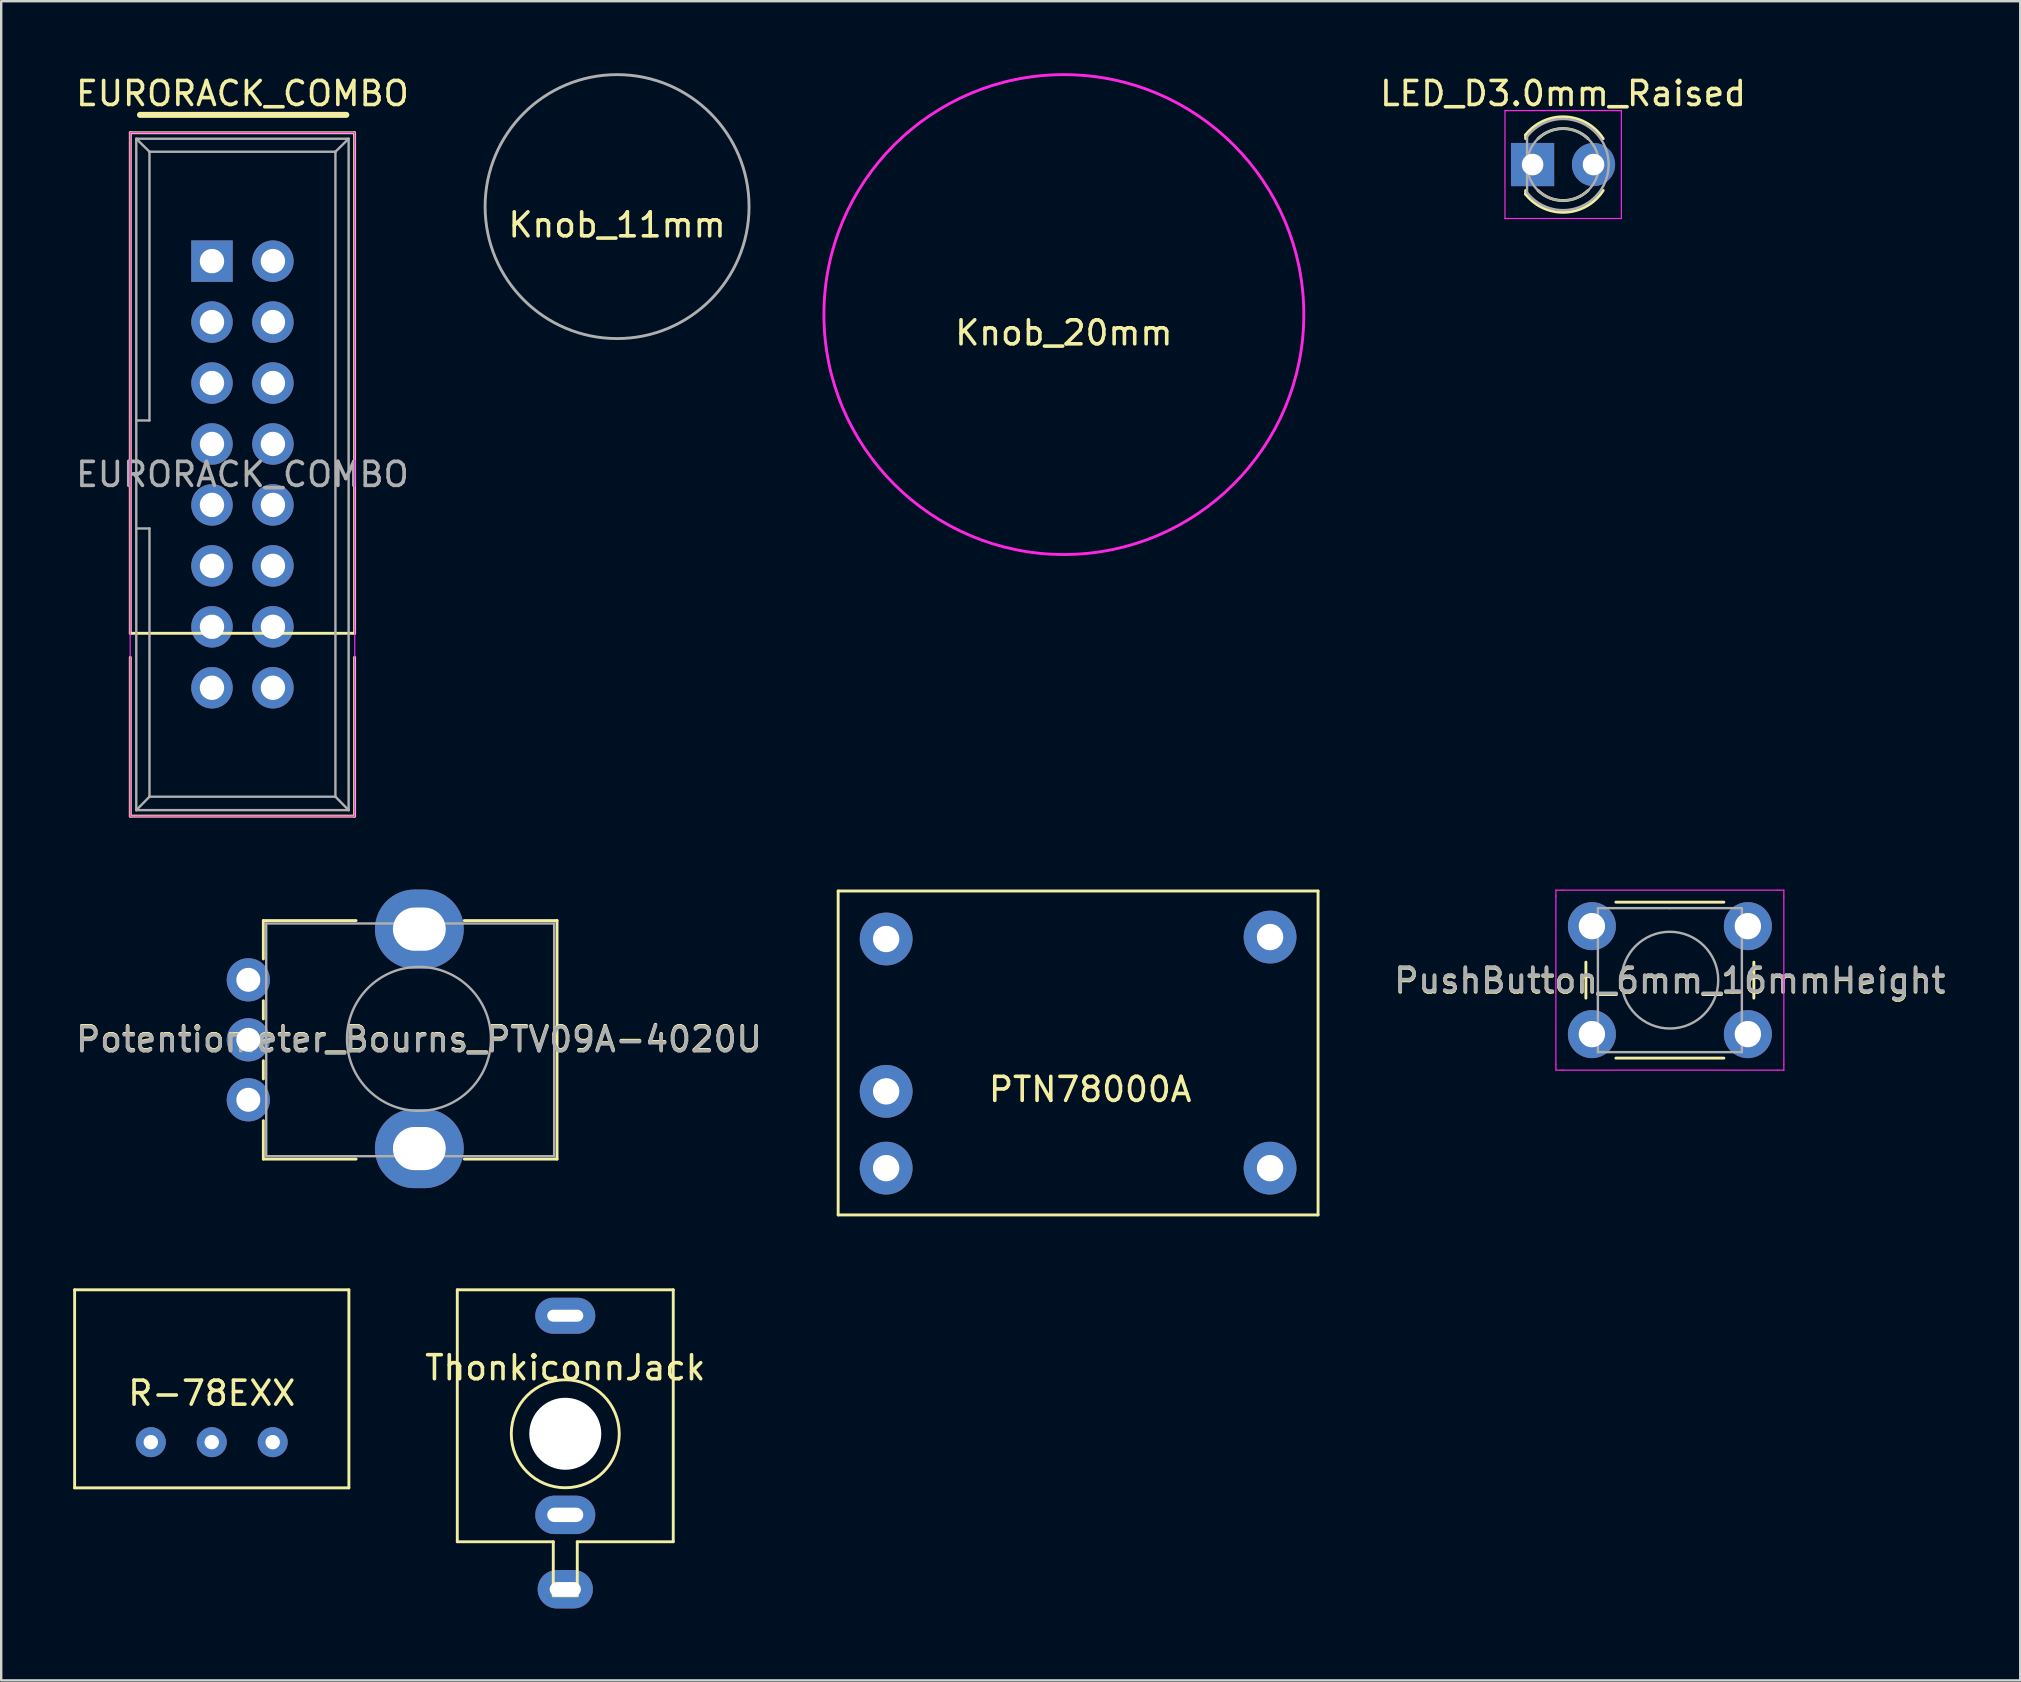
<source format=kicad_pcb>
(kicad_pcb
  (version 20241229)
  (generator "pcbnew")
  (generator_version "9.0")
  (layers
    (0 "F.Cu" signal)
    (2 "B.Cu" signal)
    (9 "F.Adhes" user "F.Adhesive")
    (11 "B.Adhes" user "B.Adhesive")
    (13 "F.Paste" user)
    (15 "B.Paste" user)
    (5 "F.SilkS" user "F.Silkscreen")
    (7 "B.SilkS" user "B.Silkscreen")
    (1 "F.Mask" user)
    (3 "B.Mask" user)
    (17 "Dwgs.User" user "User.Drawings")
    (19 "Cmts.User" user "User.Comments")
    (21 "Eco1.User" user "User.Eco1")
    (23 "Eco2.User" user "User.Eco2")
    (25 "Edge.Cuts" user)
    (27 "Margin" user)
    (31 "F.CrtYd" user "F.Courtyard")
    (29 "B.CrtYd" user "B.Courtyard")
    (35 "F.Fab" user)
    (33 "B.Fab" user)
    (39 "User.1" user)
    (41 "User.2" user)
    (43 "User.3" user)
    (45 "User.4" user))
  (footprint "Knob_20mm"
    (layer "F.Cu")
    (at 41.287 10.06)
    (property "Reference" "Knob_20mm" (at 0 0.762 0) (layer "F.SilkS") (effects (font (size 1 1) (thickness 0.15))))
    (attr through_hole)
    (fp_circle (center 0 0) (end 10 0) (stroke (width 0.12) (type solid)) (fill no) (layer "F.CrtYd")))
  (footprint "LED_D3.0mm_Raised"
    (layer "F.Cu")
    (at 60.821 3.808)
    (property "Reference" "LED_D3.0mm_Raised" (at 1.27 -2.96 0) (layer "F.SilkS") (effects (font (size 1 1) (thickness 0.15))))
    (attr through_hole)
    (fp_line (start -0.29 -1.236) (end -0.29 -1.08) (stroke (width 0.12) (type solid)) (layer "F.SilkS"))
    (fp_line (start -0.29 1.08) (end -0.29 1.236) (stroke (width 0.12) (type solid)) (layer "F.SilkS"))
    (fp_arc (start -0.29 -1.235516) (mid 1.366487 -1.987659) (end 2.942335 -1.078608) (stroke (width 0.12) (type solid)) (layer "F.SilkS"))
    (fp_arc (start 0.229039 -1.08) (mid 1.270117 -1.5) (end 2.31113 -1.079837) (stroke (width 0.12) (type solid)) (layer "F.SilkS"))
    (fp_arc (start 2.31113 1.079837) (mid 1.270117 1.5) (end 0.229039 1.08) (stroke (width 0.12) (type solid)) (layer "F.SilkS"))
    (fp_arc (start 2.942335 1.078608) (mid 1.366487 1.987659) (end -0.29 1.235516) (stroke (width 0.12) (type solid)) (layer "F.SilkS"))
    (fp_line (start -1.15 -2.25) (end -1.15 2.25) (stroke (width 0.05) (type solid)) (layer "F.CrtYd"))
    (fp_line (start -1.15 2.25) (end 3.7 2.25) (stroke (width 0.05) (type solid)) (layer "F.CrtYd"))
    (fp_line (start 3.7 -2.25) (end -1.15 -2.25) (stroke (width 0.05) (type solid)) (layer "F.CrtYd"))
    (fp_line (start 3.7 2.25) (end 3.7 -2.25) (stroke (width 0.05) (type solid)) (layer "F.CrtYd"))
    (fp_line (start -0.23 -1.166) (end -0.23 1.166) (stroke (width 0.1) (type solid)) (layer "F.Fab"))
    (fp_arc (start -0.23 -1.16619) (mid 3.17 0.000452) (end -0.230555 1.165476) (stroke (width 0.1) (type solid)) (layer "F.Fab"))
    (fp_circle (center 1.27 0) (end 2.77 0) (stroke (width 0.1) (type solid)) (fill no) (layer "F.Fab"))
    (pad "1" thru_hole rect (at 0 0) (size 1.8 1.8) (drill 0.9) (layers "*.Cu" "*.Mask"))
    (pad "2" thru_hole circle (at 2.54 0) (size 1.8 1.8) (drill 0.9) (layers "*.Cu" "*.Mask")))
  (footprint "ThonkiconnJack"
    (layer "F.Cu")
    (at 20.508 56.703)
    (property "Reference" "ThonkiconnJack" (at 0 -2.75 0) (layer "F.SilkS") (effects (font (size 1 1) (thickness 0.15))))
    (attr through_hole)
    (fp_line (start -4.5 -6) (end 4.5 -6) (stroke (width 0.12) (type solid)) (layer "F.SilkS"))
    (fp_line (start -4.5 4.5) (end -4.5 -6) (stroke (width 0.12) (type solid)) (layer "F.SilkS"))
    (fp_line (start -0.5 4.5) (end -4.5 4.5) (stroke (width 0.12) (type solid)) (layer "F.SilkS"))
    (fp_line (start -0.5 4.5) (end -0.5 6.75) (stroke (width 0.12) (type solid)) (layer "F.SilkS"))
    (fp_line (start -0.5 6.75) (end 0.5 6.75) (stroke (width 0.12) (type solid)) (layer "F.SilkS"))
    (fp_line (start 0.5 4.5) (end 4.5 4.5) (stroke (width 0.12) (type solid)) (layer "F.SilkS"))
    (fp_line (start 0.5 6.75) (end 0.5 4.5) (stroke (width 0.12) (type solid)) (layer "F.SilkS"))
    (fp_line (start 4.5 -6) (end 4.5 4.5) (stroke (width 0.12) (type solid)) (layer "F.SilkS"))
    (fp_circle (center 0 0) (end 2.25 0) (stroke (width 0.12) (type solid)) (fill no) (layer "F.SilkS"))
    (pad "" np_thru_hole circle (at 0 0) (size 3 3) (drill 3) (layers "*.Cu" "*.Mask"))
    (pad "1" thru_hole oval (at 0 6.48) (size 2.3 1.6) (drill oval 1.3 0.6) (layers "*.Cu" "*.Mask"))
    (pad "2" thru_hole oval (at 0 3.38) (size 2.5 1.6) (drill oval 1.5 0.6) (layers "*.Cu" "*.Mask"))
    (pad "3" thru_hole oval (at 0 -4.92) (size 2.5 1.5) (drill oval 1.5 0.5) (layers "*.Cu" "*.Mask")))
  (footprint "PushButton_6mm_16mmHeight"
    (layer "F.Cu")
    (at 63.293 35.548)
    (property "Reference" "PushButton_6mm_16mmHeight" (at 3.25 2.286 0) (layer "F.SilkS") (effects (font (size 1 1) (thickness 0.15))))
    (attr through_hole)
    (fp_line (start -0.25 1.5) (end -0.25 3) (stroke (width 0.12) (type solid)) (layer "F.SilkS"))
    (fp_line (start 1 5.5) (end 5.5 5.5) (stroke (width 0.12) (type solid)) (layer "F.SilkS"))
    (fp_line (start 5.5 -1) (end 1 -1) (stroke (width 0.12) (type solid)) (layer "F.SilkS"))
    (fp_line (start 6.75 3) (end 6.75 1.5) (stroke (width 0.12) (type solid)) (layer "F.SilkS"))
    (fp_line (start -1.5 -1.5) (end -1.25 -1.5) (stroke (width 0.05) (type solid)) (layer "F.CrtYd"))
    (fp_line (start -1.5 -1.25) (end -1.5 -1.5) (stroke (width 0.05) (type solid)) (layer "F.CrtYd"))
    (fp_line (start -1.5 5.75) (end -1.5 -1.25) (stroke (width 0.05) (type solid)) (layer "F.CrtYd"))
    (fp_line (start -1.5 5.75) (end -1.5 6) (stroke (width 0.05) (type solid)) (layer "F.CrtYd"))
    (fp_line (start -1.5 6) (end -1.25 6) (stroke (width 0.05) (type solid)) (layer "F.CrtYd"))
    (fp_line (start -1.25 -1.5) (end 7.75 -1.5) (stroke (width 0.05) (type solid)) (layer "F.CrtYd"))
    (fp_line (start 7.75 -1.5) (end 8 -1.5) (stroke (width 0.05) (type solid)) (layer "F.CrtYd"))
    (fp_line (start 7.75 6) (end -1.25 6) (stroke (width 0.05) (type solid)) (layer "F.CrtYd"))
    (fp_line (start 7.75 6) (end 8 6) (stroke (width 0.05) (type solid)) (layer "F.CrtYd"))
    (fp_line (start 8 -1.5) (end 8 -1.25) (stroke (width 0.05) (type solid)) (layer "F.CrtYd"))
    (fp_line (start 8 -1.25) (end 8 5.75) (stroke (width 0.05) (type solid)) (layer "F.CrtYd"))
    (fp_line (start 8 6) (end 8 5.75) (stroke (width 0.05) (type solid)) (layer "F.CrtYd"))
    (fp_line (start 0.25 -0.75) (end 3.25 -0.75) (stroke (width 0.1) (type solid)) (layer "F.Fab"))
    (fp_line (start 0.25 5.25) (end 0.25 -0.75) (stroke (width 0.1) (type solid)) (layer "F.Fab"))
    (fp_line (start 3.25 -0.75) (end 6.25 -0.75) (stroke (width 0.1) (type solid)) (layer "F.Fab"))
    (fp_line (start 6.25 -0.75) (end 6.25 5.25) (stroke (width 0.1) (type solid)) (layer "F.Fab"))
    (fp_line (start 6.25 5.25) (end 0.25 5.25) (stroke (width 0.1) (type solid)) (layer "F.Fab"))
    (fp_circle (center 3.25 2.25) (end 1.25 2.5) (stroke (width 0.1) (type solid)) (fill no) (layer "F.Fab"))
    (fp_text user "${REFERENCE}" (at 3.25 2.25 0) (layer "F.Fab") (effects (font (size 1 1) (thickness 0.15))))
    (pad "1" thru_hole circle (at 0 0 90) (size 2 2) (drill 1.1) (layers "*.Cu" "*.Mask"))
    (pad "1" thru_hole circle (at 6.5 0 90) (size 2 2) (drill 1.1) (layers "*.Cu" "*.Mask"))
    (pad "2" thru_hole circle (at 0 4.5 90) (size 2 2) (drill 1.1) (layers "*.Cu" "*.Mask"))
    (pad "2" thru_hole circle (at 6.5 4.5 90) (size 2 2) (drill 1.1) (layers "*.Cu" "*.Mask")))
  (footprint "Knob_11mm"
    (layer "F.Cu")
    (at 22.667 5.56)
    (property "Reference" "Knob_11mm" (at 0 0.762 0) (layer "F.SilkS") (effects (font (size 1 1) (thickness 0.15))))
    (attr through_hole)
    (fp_circle (center 0 0) (end 5.5 0) (stroke (width 0.12) (type solid)) (fill no) (layer "F.Fab")))
  (footprint "Potentiometer_Bourns_PTV09A-4020U"
    (layer "F.Cu")
    (at 14.411 40.245)
    (property "Reference" "Potentiometer_Bourns_PTV09A-4020U" (at 0 0 0) (layer "F.SilkS") (effects (font (size 1 1) (thickness 0.15))))
    (attr through_hole)
    (fp_line (start -6.486 -4.93) (end -6.486 -3.331) (stroke (width 0.12) (type solid)) (layer "F.SilkS"))
    (fp_line (start -6.486 -4.93) (end -2.621 -4.93) (stroke (width 0.12) (type solid)) (layer "F.SilkS"))
    (fp_line (start -6.486 -1.589) (end -6.486 -0.83) (stroke (width 0.12) (type solid)) (layer "F.SilkS"))
    (fp_line (start -6.486 0.911) (end -6.486 1.67) (stroke (width 0.12) (type solid)) (layer "F.SilkS"))
    (fp_line (start -6.486 3.41) (end -6.486 5.01) (stroke (width 0.12) (type solid)) (layer "F.SilkS"))
    (fp_line (start -6.486 5.01) (end -2.621 5.01) (stroke (width 0.12) (type solid)) (layer "F.SilkS"))
    (fp_line (start 1.889 -4.93) (end 5.754 -4.93) (stroke (width 0.12) (type solid)) (layer "F.SilkS"))
    (fp_line (start 1.889 5.01) (end 5.754 5.01) (stroke (width 0.12) (type solid)) (layer "F.SilkS"))
    (fp_line (start 5.754 -4.93) (end 5.754 5.01) (stroke (width 0.12) (type solid)) (layer "F.SilkS"))
    (fp_line (start -6.366 -4.81) (end -6.366 4.89) (stroke (width 0.1) (type solid)) (layer "F.Fab"))
    (fp_line (start -6.366 4.89) (end 5.634 4.89) (stroke (width 0.1) (type solid)) (layer "F.Fab"))
    (fp_line (start 5.634 -4.81) (end -6.366 -4.81) (stroke (width 0.1) (type solid)) (layer "F.Fab"))
    (fp_line (start 5.634 4.89) (end 5.634 -4.81) (stroke (width 0.1) (type solid)) (layer "F.Fab"))
    (fp_circle (center 0 0) (end 3 0) (stroke (width 0.1) (type solid)) (fill no) (layer "F.Fab"))
    (fp_text user "${REFERENCE}" (at 0 0.04 0) (layer "F.Fab") (effects (font (size 1 1) (thickness 0.15))))
    (pad "" thru_hole oval (at 0.015 -4.572) (size 3.7 3.3) (drill oval 2.2 1.8) (layers "*.Cu" "*.Mask"))
    (pad "" thru_hole oval (at 0.015 4.572) (size 3.7 3.3) (drill oval 2.2 1.8) (layers "*.Cu" "*.Mask"))
    (pad "1" thru_hole circle (at -7.112 2.54) (size 1.8 1.8) (drill 1) (layers "*.Cu" "*.Mask"))
    (pad "2" thru_hole circle (at -7.112 0.04) (size 1.8 1.8) (drill 1) (layers "*.Cu" "*.Mask"))
    (pad "3" thru_hole circle (at -7.112 -2.46) (size 1.8 1.8) (drill 1) (layers "*.Cu" "*.Mask")))
  (footprint "EURORACK_COMBO"
    (layer "F.Cu")
    (at 5.784 7.833)
    (property "Reference" "EURORACK_COMBO" (at 1.27 -6.985 0) (layer "F.SilkS") (effects (font (size 1 1) (thickness 0.15))))
    (attr through_hole)
    (fp_line (start -3.405 -5.35) (end -3.405 15.51) (stroke (width 0.12) (type solid)) (layer "F.SilkS"))
    (fp_line (start -3.405 -5.35) (end 5.945 -5.35) (stroke (width 0.12) (type solid)) (layer "F.SilkS"))
    (fp_line (start -3.405 23.13) (end -3.405 16.51) (stroke (width 0.12) (type solid)) (layer "F.SilkS"))
    (fp_line (start -3 -6.096) (end 5.6 -6.096) (stroke (width 0.25) (type solid)) (layer "F.SilkS"))
    (fp_line (start 5.945 -5.35) (end 5.945 15.51) (stroke (width 0.12) (type solid)) (layer "F.SilkS"))
    (fp_line (start 5.945 15.51) (end -3.405 15.51) (stroke (width 0.12) (type solid)) (layer "F.SilkS"))
    (fp_line (start 5.945 23.13) (end -3.405 23.13) (stroke (width 0.12) (type solid)) (layer "F.SilkS"))
    (fp_line (start 5.945 23.13) (end 5.945 16.51) (stroke (width 0.12) (type solid)) (layer "F.SilkS"))
    (fp_line (start -3.41 -5.35) (end 5.95 -5.35) (stroke (width 0.05) (type solid)) (layer "F.CrtYd"))
    (fp_line (start -3.41 23.13) (end -3.41 -5.35) (stroke (width 0.05) (type solid)) (layer "F.CrtYd"))
    (fp_line (start 5.95 -5.35) (end 5.95 23.13) (stroke (width 0.05) (type solid)) (layer "F.CrtYd"))
    (fp_line (start 5.95 23.13) (end -3.41 23.13) (stroke (width 0.05) (type solid)) (layer "F.CrtYd"))
    (fp_line (start -3.155 -5.1) (end -3.155 22.88) (stroke (width 0.1) (type solid)) (layer "F.Fab"))
    (fp_line (start -3.155 -5.1) (end -2.605 -4.56) (stroke (width 0.1) (type solid)) (layer "F.Fab"))
    (fp_line (start -3.155 22.88) (end -2.605 22.32) (stroke (width 0.1) (type solid)) (layer "F.Fab"))
    (fp_line (start -2.605 -4.56) (end -2.605 6.64) (stroke (width 0.1) (type solid)) (layer "F.Fab"))
    (fp_line (start -2.605 6.64) (end -3.155 6.64) (stroke (width 0.1) (type solid)) (layer "F.Fab"))
    (fp_line (start -2.605 11.14) (end -3.155 11.14) (stroke (width 0.1) (type solid)) (layer "F.Fab"))
    (fp_line (start -2.605 11.14) (end -2.605 22.32) (stroke (width 0.1) (type solid)) (layer "F.Fab"))
    (fp_line (start 5.145 -4.56) (end -2.605 -4.56) (stroke (width 0.1) (type solid)) (layer "F.Fab"))
    (fp_line (start 5.145 -4.56) (end 5.145 22.32) (stroke (width 0.1) (type solid)) (layer "F.Fab"))
    (fp_line (start 5.145 22.32) (end -2.605 22.32) (stroke (width 0.1) (type solid)) (layer "F.Fab"))
    (fp_line (start 5.695 -5.1) (end -3.155 -5.1) (stroke (width 0.1) (type solid)) (layer "F.Fab"))
    (fp_line (start 5.695 -5.1) (end 5.145 -4.56) (stroke (width 0.1) (type solid)) (layer "F.Fab"))
    (fp_line (start 5.695 -5.1) (end 5.695 22.88) (stroke (width 0.1) (type solid)) (layer "F.Fab"))
    (fp_line (start 5.695 22.88) (end -3.155 22.88) (stroke (width 0.1) (type solid)) (layer "F.Fab"))
    (fp_line (start 5.695 22.88) (end 5.145 22.32) (stroke (width 0.1) (type solid)) (layer "F.Fab"))
    (fp_text user "${REFERENCE}" (at 1.27 8.89 0) (layer "F.Fab") (effects (font (size 1 1) (thickness 0.15))))
    (pad "1" thru_hole rect (at 0 0) (size 1.727 1.727) (drill 1.016) (layers "*.Cu" "*.Mask"))
    (pad "2" thru_hole oval (at 2.54 0) (size 1.727 1.727) (drill 1.016) (layers "*.Cu" "*.Mask"))
    (pad "3" thru_hole oval (at 0 2.54) (size 1.727 1.727) (drill 1.016) (layers "*.Cu" "*.Mask"))
    (pad "4" thru_hole oval (at 2.54 2.54) (size 1.727 1.727) (drill 1.016) (layers "*.Cu" "*.Mask"))
    (pad "5" thru_hole oval (at 0 5.08) (size 1.727 1.727) (drill 1.016) (layers "*.Cu" "*.Mask"))
    (pad "6" thru_hole oval (at 2.54 5.08) (size 1.727 1.727) (drill 1.016) (layers "*.Cu" "*.Mask"))
    (pad "7" thru_hole oval (at 0 7.62) (size 1.727 1.727) (drill 1.016) (layers "*.Cu" "*.Mask"))
    (pad "8" thru_hole oval (at 2.54 7.62) (size 1.727 1.727) (drill 1.016) (layers "*.Cu" "*.Mask"))
    (pad "9" thru_hole oval (at 0 10.16) (size 1.727 1.727) (drill 1.016) (layers "*.Cu" "*.Mask"))
    (pad "10" thru_hole oval (at 2.54 10.16) (size 1.727 1.727) (drill 1.016) (layers "*.Cu" "*.Mask"))
    (pad "11" thru_hole oval (at 0 12.7) (size 1.727 1.727) (drill 1.016) (layers "*.Cu" "*.Mask"))
    (pad "12" thru_hole oval (at 2.54 12.7) (size 1.727 1.727) (drill 1.016) (layers "*.Cu" "*.Mask"))
    (pad "13" thru_hole oval (at 0 15.24) (size 1.727 1.727) (drill 1.016) (layers "*.Cu" "*.Mask"))
    (pad "14" thru_hole oval (at 2.54 15.24) (size 1.727 1.727) (drill 1.016) (layers "*.Cu" "*.Mask"))
    (pad "15" thru_hole oval (at 0 17.78) (size 1.727 1.727) (drill 1.016) (layers "*.Cu" "*.Mask"))
    (pad "16" thru_hole oval (at 2.54 17.78) (size 1.727 1.727) (drill 1.016) (layers "*.Cu" "*.Mask")))
  (footprint "PTN78000A"
    (layer "F.Cu")
    (at 41.881 41.083)
    (property "Reference" "PTN78000A" (at -3.81 1.27 0) (layer "F.SilkS") (effects (font (size 1 1) (thickness 0.15)) (justify left)))
    (attr through_hole)
    (fp_line (start -10 -7) (end -10 6.5) (stroke (width 0.12) (type solid)) (layer "F.SilkS"))
    (fp_line (start -10 6.5) (end 10 6.5) (stroke (width 0.12) (type solid)) (layer "F.SilkS"))
    (fp_line (start 10 -7) (end -10 -7) (stroke (width 0.12) (type solid)) (layer "F.SilkS"))
    (fp_line (start 10 -7) (end 10 6.5) (stroke (width 0.12) (type solid)) (layer "F.SilkS"))
    (pad "1" thru_hole circle (at -8 -5) (size 2.2 2.2) (drill 1.1) (layers "*.Cu" "*.Mask"))
    (pad "2" thru_hole circle (at -8 1.35) (size 2.2 2.2) (drill 1.1) (layers "*.Cu" "*.Mask"))
    (pad "3" thru_hole circle (at -8 4.55) (size 2.2 2.2) (drill 1.1) (layers "*.Cu" "*.Mask"))
    (pad "4" thru_hole circle (at 8 4.55) (size 2.2 2.2) (drill 1.1) (layers "*.Cu" "*.Mask"))
    (pad "5" thru_hole circle (at 8 -5.08) (size 2.2 2.2) (drill 1.1) (layers "*.Cu" "*.Mask")))
  (footprint "R-78EXX"
    (layer "F.Cu")
    (at 5.775 54.513)
    (property "Reference" "R-78EXX" (at 0 0.5 0) (layer "F.SilkS") (effects (font (size 1 1) (thickness 0.15))))
    (attr through_hole)
    (fp_line (start -5.715 -3.81) (end -5.715 4.445) (stroke (width 0.12) (type solid)) (layer "F.SilkS"))
    (fp_line (start -5.715 -3.81) (end 5.715 -3.81) (stroke (width 0.12) (type solid)) (layer "F.SilkS"))
    (fp_line (start 5.715 -3.81) (end 5.715 4.445) (stroke (width 0.12) (type solid)) (layer "F.SilkS"))
    (fp_line (start 5.715 4.445) (end -5.715 4.445) (stroke (width 0.12) (type solid)) (layer "F.SilkS"))
    (pad "1" thru_hole circle (at -2.54 2.54) (size 1.25 1.25) (drill 0.6) (layers "*.Cu" "*.Mask"))
    (pad "2" thru_hole circle (at 0 2.54) (size 1.25 1.25) (drill 0.6) (layers "*.Cu" "*.Mask"))
    (pad "3" thru_hole circle (at 2.54 2.54) (size 1.25 1.25) (drill 0.6) (layers "*.Cu" "*.Mask")))
  (gr_rect
    (start -3 -3)
    (end 81.144 66.983)
    (stroke (width 0.1) (type default))
    (fill no)
    (layer "Edge.Cuts")))
</source>
